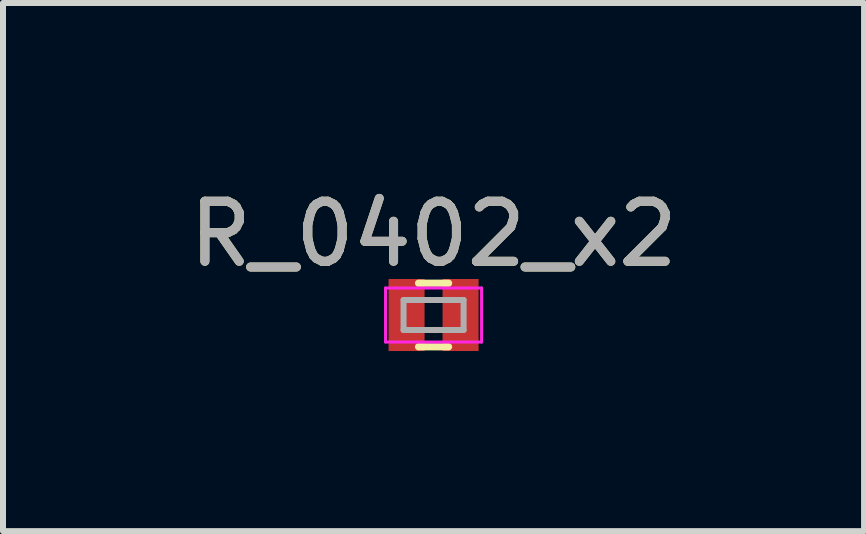
<source format=kicad_pcb>
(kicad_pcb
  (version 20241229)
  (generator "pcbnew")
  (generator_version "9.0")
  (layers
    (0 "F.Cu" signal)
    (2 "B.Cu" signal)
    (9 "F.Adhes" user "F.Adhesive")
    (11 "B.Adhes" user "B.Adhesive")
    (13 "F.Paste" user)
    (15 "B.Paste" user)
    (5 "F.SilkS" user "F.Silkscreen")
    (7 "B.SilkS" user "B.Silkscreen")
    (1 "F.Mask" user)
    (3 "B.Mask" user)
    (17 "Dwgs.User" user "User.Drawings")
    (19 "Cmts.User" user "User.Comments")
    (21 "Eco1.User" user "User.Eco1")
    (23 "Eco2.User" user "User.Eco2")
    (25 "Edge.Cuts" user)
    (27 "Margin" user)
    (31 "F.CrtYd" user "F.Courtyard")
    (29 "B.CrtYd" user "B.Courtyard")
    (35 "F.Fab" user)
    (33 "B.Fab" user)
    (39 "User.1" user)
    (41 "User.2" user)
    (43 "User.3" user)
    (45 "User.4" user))
  (footprint "R_0402_x2"
    (layer "F.Cu")
    (at 4.173 2.198)
    (property "Reference" "R_0402_x2" (at 0 -1.35 180) (layer "F.SilkS") (effects (font (size 1 1) (thickness 0.15))))
    (attr smd)
    (fp_line (start -0.25 0.53) (end 0.25 0.53) (stroke (width 0.12) (type solid)) (layer "F.SilkS"))
    (fp_line (start 0.25 -0.53) (end -0.25 -0.53) (stroke (width 0.12) (type solid)) (layer "F.SilkS"))
    (fp_line (start -0.8 -0.45) (end -0.8 0.45) (stroke (width 0.05) (type solid)) (layer "F.CrtYd"))
    (fp_line (start -0.8 -0.45) (end 0.8 -0.45) (stroke (width 0.05) (type solid)) (layer "F.CrtYd"))
    (fp_line (start 0.8 0.45) (end -0.8 0.45) (stroke (width 0.05) (type solid)) (layer "F.CrtYd"))
    (fp_line (start 0.8 0.45) (end 0.8 -0.45) (stroke (width 0.05) (type solid)) (layer "F.CrtYd"))
    (fp_line (start -0.5 -0.25) (end 0.5 -0.25) (stroke (width 0.1) (type solid)) (layer "F.Fab"))
    (fp_line (start -0.5 0.25) (end -0.5 -0.25) (stroke (width 0.1) (type solid)) (layer "F.Fab"))
    (fp_line (start 0.5 -0.25) (end 0.5 0.25) (stroke (width 0.1) (type solid)) (layer "F.Fab"))
    (fp_line (start 0.5 0.25) (end -0.5 0.25) (stroke (width 0.1) (type solid)) (layer "F.Fab"))
    (fp_text user "${REFERENCE}" (at 0 -1.35 180) (layer "F.Fab") (effects (font (size 1 1) (thickness 0.15))))
    (pad "1" smd rect (at -0.45 0) (size 0.6 1.2) (layers "F.Cu" "F.Mask" "F.Paste"))
    (pad "2" smd rect (at 0.45 0) (size 0.6 1.2) (layers "F.Cu" "F.Mask" "F.Paste")))
  (gr_rect
    (start -3 -3)
    (end 11.345 5.798)
    (stroke (width 0.1) (type default))
    (fill no)
    (layer "Edge.Cuts")))
</source>
